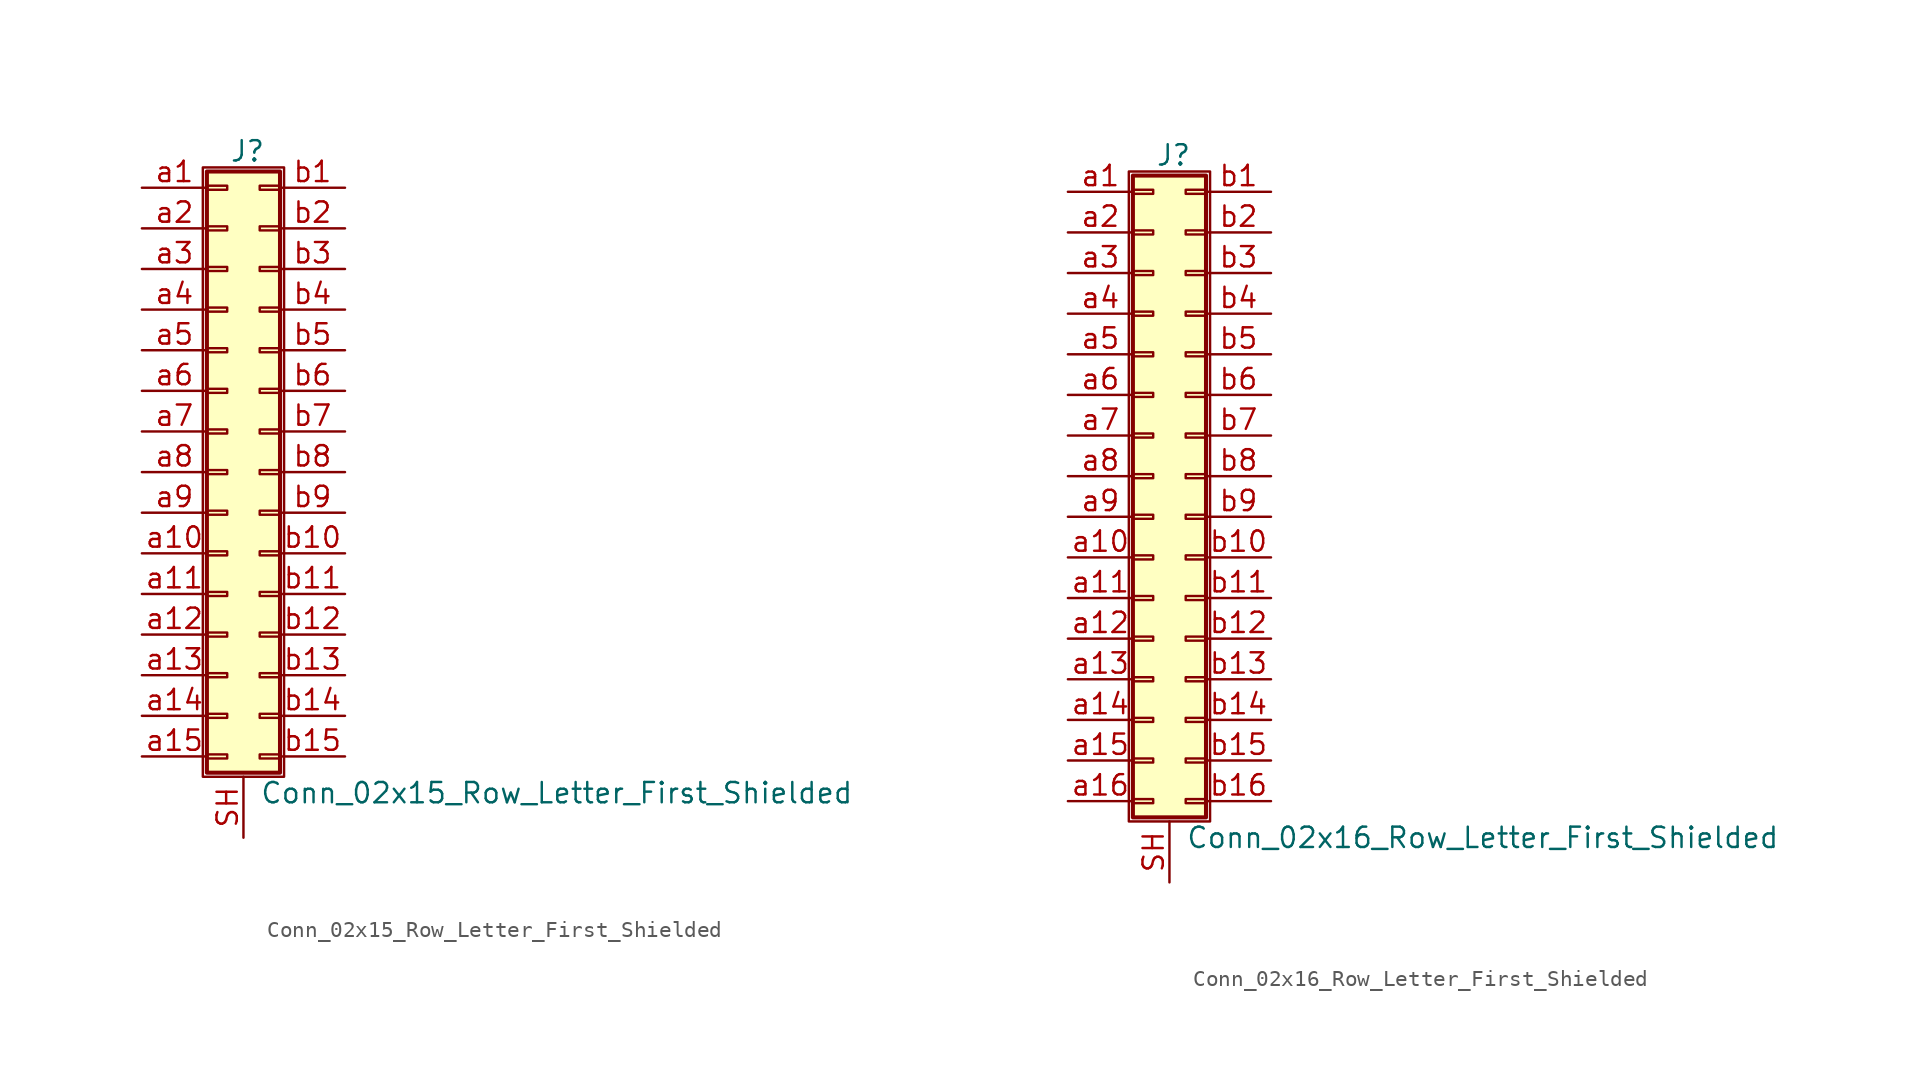
<source format=kicad_sym>
(kicad_symbol_lib
  (version 20220914)
  (generator kicad_symbol_editor)
  (symbol "Conn_02x15_Row_Letter_First_Shielded"
    (pin_names
      (offset 1.016) hide)
    (property "Reference" "J"
      (at 1.524 20.066 0)
      (effects (font (size 1.27 1.27))))
    (property "Value" "Conn_02x15_Row_Letter_First_Shielded"
      (at 2.286 -20.066 0)
      (effects (font (size 1.27 1.27)) (justify left)))
    (symbol "Conn_02x15_Row_Letter_First_Shielded_1_1"
      (rectangle (start -1.27 19.05) (end 3.81 -19.05) (stroke (width 0.152) (type default)) (fill (type none)))
      (rectangle (start -1.016 -17.653) (end 0.254 -17.907) (stroke (width 0.152) (type default)) (fill (type none)))
      (rectangle (start -1.016 -15.113) (end 0.254 -15.367) (stroke (width 0.152) (type default)) (fill (type none)))
      (rectangle (start -1.016 -12.573) (end 0.254 -12.827) (stroke (width 0.152) (type default)) (fill (type none)))
      (rectangle (start -1.016 -10.033) (end 0.254 -10.287) (stroke (width 0.152) (type default)) (fill (type none)))
      (rectangle (start -1.016 -7.493) (end 0.254 -7.747) (stroke (width 0.152) (type default)) (fill (type none)))
      (rectangle (start -1.016 -4.953) (end 0.254 -5.207) (stroke (width 0.152) (type default)) (fill (type none)))
      (rectangle (start -1.016 -2.413) (end 0.254 -2.667) (stroke (width 0.152) (type default)) (fill (type none)))
      (rectangle (start -1.016 0.127) (end 0.254 -0.127) (stroke (width 0.152) (type default)) (fill (type none)))
      (rectangle (start -1.016 2.667) (end 0.254 2.413) (stroke (width 0.152) (type default)) (fill (type none)))
      (rectangle (start -1.016 5.207) (end 0.254 4.953) (stroke (width 0.152) (type default)) (fill (type none)))
      (rectangle (start -1.016 7.747) (end 0.254 7.493) (stroke (width 0.152) (type default)) (fill (type none)))
      (rectangle (start -1.016 10.287) (end 0.254 10.033) (stroke (width 0.152) (type default)) (fill (type none)))
      (rectangle (start -1.016 12.827) (end 0.254 12.573) (stroke (width 0.152) (type default)) (fill (type none)))
      (rectangle (start -1.016 15.367) (end 0.254 15.113) (stroke (width 0.152) (type default)) (fill (type none)))
      (rectangle (start -1.016 17.907) (end 0.254 17.653) (stroke (width 0.152) (type default)) (fill (type none)))
      (rectangle (start -1.016 18.796) (end 3.556 -18.796) (stroke (width 0.254) (type default)) (fill (type background)))
      (rectangle (start 3.556 -17.653) (end 2.286 -17.907) (stroke (width 0.152) (type default)) (fill (type none)))
      (rectangle (start 3.556 -15.113) (end 2.286 -15.367) (stroke (width 0.152) (type default)) (fill (type none)))
      (rectangle (start 3.556 -12.573) (end 2.286 -12.827) (stroke (width 0.152) (type default)) (fill (type none)))
      (rectangle (start 3.556 -10.033) (end 2.286 -10.287) (stroke (width 0.152) (type default)) (fill (type none)))
      (rectangle (start 3.556 -7.493) (end 2.286 -7.747) (stroke (width 0.152) (type default)) (fill (type none)))
      (rectangle (start 3.556 -4.953) (end 2.286 -5.207) (stroke (width 0.152) (type default)) (fill (type none)))
      (rectangle (start 3.556 -2.413) (end 2.286 -2.667) (stroke (width 0.152) (type default)) (fill (type none)))
      (rectangle (start 3.556 0.127) (end 2.286 -0.127) (stroke (width 0.152) (type default)) (fill (type none)))
      (rectangle (start 3.556 2.667) (end 2.286 2.413) (stroke (width 0.152) (type default)) (fill (type none)))
      (rectangle (start 3.556 5.207) (end 2.286 4.953) (stroke (width 0.152) (type default)) (fill (type none)))
      (rectangle (start 3.556 7.747) (end 2.286 7.493) (stroke (width 0.152) (type default)) (fill (type none)))
      (rectangle (start 3.556 10.287) (end 2.286 10.033) (stroke (width 0.152) (type default)) (fill (type none)))
      (rectangle (start 3.556 12.827) (end 2.286 12.573) (stroke (width 0.152) (type default)) (fill (type none)))
      (rectangle (start 3.556 15.367) (end 2.286 15.113) (stroke (width 0.152) (type default)) (fill (type none)))
      (rectangle (start 3.556 17.907) (end 2.286 17.653) (stroke (width 0.152) (type default)) (fill (type none)))
      (pin passive line (at 1.27 -22.86 90) (length 3.81) (name "Shield" (effects (font (size 1.27 1.27)))) (number "SH" (effects (font (size 1.27 1.27)))))
      (pin passive line (at -5.08 17.78 0) (length 4.064) (name "Pin_a1" (effects (font (size 1.27 1.27)))) (number "a1" (effects (font (size 1.27 1.27)))))
      (pin passive line (at -5.08 -5.08 0) (length 4.064) (name "Pin_a10" (effects (font (size 1.27 1.27)))) (number "a10" (effects (font (size 1.27 1.27)))))
      (pin passive line (at -5.08 -7.62 0) (length 4.064) (name "Pin_a11" (effects (font (size 1.27 1.27)))) (number "a11" (effects (font (size 1.27 1.27)))))
      (pin passive line (at -5.08 -10.16 0) (length 4.064) (name "Pin_a12" (effects (font (size 1.27 1.27)))) (number "a12" (effects (font (size 1.27 1.27)))))
      (pin passive line (at -5.08 -12.7 0) (length 4.064) (name "Pin_a13" (effects (font (size 1.27 1.27)))) (number "a13" (effects (font (size 1.27 1.27)))))
      (pin passive line (at -5.08 -15.24 0) (length 4.064) (name "Pin_a14" (effects (font (size 1.27 1.27)))) (number "a14" (effects (font (size 1.27 1.27)))))
      (pin passive line (at -5.08 -17.78 0) (length 4.064) (name "Pin_a15" (effects (font (size 1.27 1.27)))) (number "a15" (effects (font (size 1.27 1.27)))))
      (pin passive line (at -5.08 15.24 0) (length 4.064) (name "Pin_a2" (effects (font (size 1.27 1.27)))) (number "a2" (effects (font (size 1.27 1.27)))))
      (pin passive line (at -5.08 12.7 0) (length 4.064) (name "Pin_a3" (effects (font (size 1.27 1.27)))) (number "a3" (effects (font (size 1.27 1.27)))))
      (pin passive line (at -5.08 10.16 0) (length 4.064) (name "Pin_a4" (effects (font (size 1.27 1.27)))) (number "a4" (effects (font (size 1.27 1.27)))))
      (pin passive line (at -5.08 7.62 0) (length 4.064) (name "Pin_a5" (effects (font (size 1.27 1.27)))) (number "a5" (effects (font (size 1.27 1.27)))))
      (pin passive line (at -5.08 5.08 0) (length 4.064) (name "Pin_a6" (effects (font (size 1.27 1.27)))) (number "a6" (effects (font (size 1.27 1.27)))))
      (pin passive line (at -5.08 2.54 0) (length 4.064) (name "Pin_a7" (effects (font (size 1.27 1.27)))) (number "a7" (effects (font (size 1.27 1.27)))))
      (pin passive line (at -5.08 0 0) (length 4.064) (name "Pin_a8" (effects (font (size 1.27 1.27)))) (number "a8" (effects (font (size 1.27 1.27)))))
      (pin passive line (at -5.08 -2.54 0) (length 4.064) (name "Pin_a9" (effects (font (size 1.27 1.27)))) (number "a9" (effects (font (size 1.27 1.27)))))
      (pin passive line (at 7.62 17.78 180) (length 4.064) (name "Pin_b1" (effects (font (size 1.27 1.27)))) (number "b1" (effects (font (size 1.27 1.27)))))
      (pin passive line (at 7.62 -5.08 180) (length 4.064) (name "Pin_b10" (effects (font (size 1.27 1.27)))) (number "b10" (effects (font (size 1.27 1.27)))))
      (pin passive line (at 7.62 -7.62 180) (length 4.064) (name "Pin_b11" (effects (font (size 1.27 1.27)))) (number "b11" (effects (font (size 1.27 1.27)))))
      (pin passive line (at 7.62 -10.16 180) (length 4.064) (name "Pin_b12" (effects (font (size 1.27 1.27)))) (number "b12" (effects (font (size 1.27 1.27)))))
      (pin passive line (at 7.62 -12.7 180) (length 4.064) (name "Pin_b13" (effects (font (size 1.27 1.27)))) (number "b13" (effects (font (size 1.27 1.27)))))
      (pin passive line (at 7.62 -15.24 180) (length 4.064) (name "Pin_b14" (effects (font (size 1.27 1.27)))) (number "b14" (effects (font (size 1.27 1.27)))))
      (pin passive line (at 7.62 -17.78 180) (length 4.064) (name "Pin_b15" (effects (font (size 1.27 1.27)))) (number "b15" (effects (font (size 1.27 1.27)))))
      (pin passive line (at 7.62 15.24 180) (length 4.064) (name "Pin_b2" (effects (font (size 1.27 1.27)))) (number "b2" (effects (font (size 1.27 1.27)))))
      (pin passive line (at 7.62 12.7 180) (length 4.064) (name "Pin_b3" (effects (font (size 1.27 1.27)))) (number "b3" (effects (font (size 1.27 1.27)))))
      (pin passive line (at 7.62 10.16 180) (length 4.064) (name "Pin_b4" (effects (font (size 1.27 1.27)))) (number "b4" (effects (font (size 1.27 1.27)))))
      (pin passive line (at 7.62 7.62 180) (length 4.064) (name "Pin_b5" (effects (font (size 1.27 1.27)))) (number "b5" (effects (font (size 1.27 1.27)))))
      (pin passive line (at 7.62 5.08 180) (length 4.064) (name "Pin_b6" (effects (font (size 1.27 1.27)))) (number "b6" (effects (font (size 1.27 1.27)))))
      (pin passive line (at 7.62 2.54 180) (length 4.064) (name "Pin_b7" (effects (font (size 1.27 1.27)))) (number "b7" (effects (font (size 1.27 1.27)))))
      (pin passive line (at 7.62 0 180) (length 4.064) (name "Pin_b8" (effects (font (size 1.27 1.27)))) (number "b8" (effects (font (size 1.27 1.27)))))
      (pin passive line (at 7.62 -2.54 180) (length 4.064) (name "Pin_b9" (effects (font (size 1.27 1.27)))) (number "b9" (effects (font (size 1.27 1.27)))))))
  (symbol "Conn_02x16_Row_Letter_First_Shielded"
    (pin_names
      (offset 1.016) hide)
    (property "Reference" "J"
      (at 1.524 20.066 0)
      (effects (font (size 1.27 1.27))))
    (property "Value" "Conn_02x16_Row_Letter_First_Shielded"
      (at 2.286 -22.606 0)
      (effects (font (size 1.27 1.27)) (justify left)))
    (symbol "Conn_02x16_Row_Letter_First_Shielded_1_1"
      (rectangle (start -1.27 19.05) (end 3.81 -21.59) (stroke (width 0.152) (type default)) (fill (type none)))
      (rectangle (start -1.016 -20.193) (end 0.254 -20.447) (stroke (width 0.152) (type default)) (fill (type none)))
      (rectangle (start -1.016 -17.653) (end 0.254 -17.907) (stroke (width 0.152) (type default)) (fill (type none)))
      (rectangle (start -1.016 -15.113) (end 0.254 -15.367) (stroke (width 0.152) (type default)) (fill (type none)))
      (rectangle (start -1.016 -12.573) (end 0.254 -12.827) (stroke (width 0.152) (type default)) (fill (type none)))
      (rectangle (start -1.016 -10.033) (end 0.254 -10.287) (stroke (width 0.152) (type default)) (fill (type none)))
      (rectangle (start -1.016 -7.493) (end 0.254 -7.747) (stroke (width 0.152) (type default)) (fill (type none)))
      (rectangle (start -1.016 -4.953) (end 0.254 -5.207) (stroke (width 0.152) (type default)) (fill (type none)))
      (rectangle (start -1.016 -2.413) (end 0.254 -2.667) (stroke (width 0.152) (type default)) (fill (type none)))
      (rectangle (start -1.016 0.127) (end 0.254 -0.127) (stroke (width 0.152) (type default)) (fill (type none)))
      (rectangle (start -1.016 2.667) (end 0.254 2.413) (stroke (width 0.152) (type default)) (fill (type none)))
      (rectangle (start -1.016 5.207) (end 0.254 4.953) (stroke (width 0.152) (type default)) (fill (type none)))
      (rectangle (start -1.016 7.747) (end 0.254 7.493) (stroke (width 0.152) (type default)) (fill (type none)))
      (rectangle (start -1.016 10.287) (end 0.254 10.033) (stroke (width 0.152) (type default)) (fill (type none)))
      (rectangle (start -1.016 12.827) (end 0.254 12.573) (stroke (width 0.152) (type default)) (fill (type none)))
      (rectangle (start -1.016 15.367) (end 0.254 15.113) (stroke (width 0.152) (type default)) (fill (type none)))
      (rectangle (start -1.016 17.907) (end 0.254 17.653) (stroke (width 0.152) (type default)) (fill (type none)))
      (rectangle (start -1.016 18.796) (end 3.556 -21.336) (stroke (width 0.254) (type default)) (fill (type background)))
      (rectangle (start 3.556 -20.193) (end 2.286 -20.447) (stroke (width 0.152) (type default)) (fill (type none)))
      (rectangle (start 3.556 -17.653) (end 2.286 -17.907) (stroke (width 0.152) (type default)) (fill (type none)))
      (rectangle (start 3.556 -15.113) (end 2.286 -15.367) (stroke (width 0.152) (type default)) (fill (type none)))
      (rectangle (start 3.556 -12.573) (end 2.286 -12.827) (stroke (width 0.152) (type default)) (fill (type none)))
      (rectangle (start 3.556 -10.033) (end 2.286 -10.287) (stroke (width 0.152) (type default)) (fill (type none)))
      (rectangle (start 3.556 -7.493) (end 2.286 -7.747) (stroke (width 0.152) (type default)) (fill (type none)))
      (rectangle (start 3.556 -4.953) (end 2.286 -5.207) (stroke (width 0.152) (type default)) (fill (type none)))
      (rectangle (start 3.556 -2.413) (end 2.286 -2.667) (stroke (width 0.152) (type default)) (fill (type none)))
      (rectangle (start 3.556 0.127) (end 2.286 -0.127) (stroke (width 0.152) (type default)) (fill (type none)))
      (rectangle (start 3.556 2.667) (end 2.286 2.413) (stroke (width 0.152) (type default)) (fill (type none)))
      (rectangle (start 3.556 5.207) (end 2.286 4.953) (stroke (width 0.152) (type default)) (fill (type none)))
      (rectangle (start 3.556 7.747) (end 2.286 7.493) (stroke (width 0.152) (type default)) (fill (type none)))
      (rectangle (start 3.556 10.287) (end 2.286 10.033) (stroke (width 0.152) (type default)) (fill (type none)))
      (rectangle (start 3.556 12.827) (end 2.286 12.573) (stroke (width 0.152) (type default)) (fill (type none)))
      (rectangle (start 3.556 15.367) (end 2.286 15.113) (stroke (width 0.152) (type default)) (fill (type none)))
      (rectangle (start 3.556 17.907) (end 2.286 17.653) (stroke (width 0.152) (type default)) (fill (type none)))
      (pin passive line (at 1.27 -25.4 90) (length 3.81) (name "Shield" (effects (font (size 1.27 1.27)))) (number "SH" (effects (font (size 1.27 1.27)))))
      (pin passive line (at -5.08 17.78 0) (length 4.064) (name "Pin_a1" (effects (font (size 1.27 1.27)))) (number "a1" (effects (font (size 1.27 1.27)))))
      (pin passive line (at -5.08 -5.08 0) (length 4.064) (name "Pin_a10" (effects (font (size 1.27 1.27)))) (number "a10" (effects (font (size 1.27 1.27)))))
      (pin passive line (at -5.08 -7.62 0) (length 4.064) (name "Pin_a11" (effects (font (size 1.27 1.27)))) (number "a11" (effects (font (size 1.27 1.27)))))
      (pin passive line (at -5.08 -10.16 0) (length 4.064) (name "Pin_a12" (effects (font (size 1.27 1.27)))) (number "a12" (effects (font (size 1.27 1.27)))))
      (pin passive line (at -5.08 -12.7 0) (length 4.064) (name "Pin_a13" (effects (font (size 1.27 1.27)))) (number "a13" (effects (font (size 1.27 1.27)))))
      (pin passive line (at -5.08 -15.24 0) (length 4.064) (name "Pin_a14" (effects (font (size 1.27 1.27)))) (number "a14" (effects (font (size 1.27 1.27)))))
      (pin passive line (at -5.08 -17.78 0) (length 4.064) (name "Pin_a15" (effects (font (size 1.27 1.27)))) (number "a15" (effects (font (size 1.27 1.27)))))
      (pin passive line (at -5.08 -20.32 0) (length 4.064) (name "Pin_a16" (effects (font (size 1.27 1.27)))) (number "a16" (effects (font (size 1.27 1.27)))))
      (pin passive line (at -5.08 15.24 0) (length 4.064) (name "Pin_a2" (effects (font (size 1.27 1.27)))) (number "a2" (effects (font (size 1.27 1.27)))))
      (pin passive line (at -5.08 12.7 0) (length 4.064) (name "Pin_a3" (effects (font (size 1.27 1.27)))) (number "a3" (effects (font (size 1.27 1.27)))))
      (pin passive line (at -5.08 10.16 0) (length 4.064) (name "Pin_a4" (effects (font (size 1.27 1.27)))) (number "a4" (effects (font (size 1.27 1.27)))))
      (pin passive line (at -5.08 7.62 0) (length 4.064) (name "Pin_a5" (effects (font (size 1.27 1.27)))) (number "a5" (effects (font (size 1.27 1.27)))))
      (pin passive line (at -5.08 5.08 0) (length 4.064) (name "Pin_a6" (effects (font (size 1.27 1.27)))) (number "a6" (effects (font (size 1.27 1.27)))))
      (pin passive line (at -5.08 2.54 0) (length 4.064) (name "Pin_a7" (effects (font (size 1.27 1.27)))) (number "a7" (effects (font (size 1.27 1.27)))))
      (pin passive line (at -5.08 0 0) (length 4.064) (name "Pin_a8" (effects (font (size 1.27 1.27)))) (number "a8" (effects (font (size 1.27 1.27)))))
      (pin passive line (at -5.08 -2.54 0) (length 4.064) (name "Pin_a9" (effects (font (size 1.27 1.27)))) (number "a9" (effects (font (size 1.27 1.27)))))
      (pin passive line (at 7.62 17.78 180) (length 4.064) (name "Pin_b1" (effects (font (size 1.27 1.27)))) (number "b1" (effects (font (size 1.27 1.27)))))
      (pin passive line (at 7.62 -5.08 180) (length 4.064) (name "Pin_b10" (effects (font (size 1.27 1.27)))) (number "b10" (effects (font (size 1.27 1.27)))))
      (pin passive line (at 7.62 -7.62 180) (length 4.064) (name "Pin_b11" (effects (font (size 1.27 1.27)))) (number "b11" (effects (font (size 1.27 1.27)))))
      (pin passive line (at 7.62 -10.16 180) (length 4.064) (name "Pin_b12" (effects (font (size 1.27 1.27)))) (number "b12" (effects (font (size 1.27 1.27)))))
      (pin passive line (at 7.62 -12.7 180) (length 4.064) (name "Pin_b13" (effects (font (size 1.27 1.27)))) (number "b13" (effects (font (size 1.27 1.27)))))
      (pin passive line (at 7.62 -15.24 180) (length 4.064) (name "Pin_b14" (effects (font (size 1.27 1.27)))) (number "b14" (effects (font (size 1.27 1.27)))))
      (pin passive line (at 7.62 -17.78 180) (length 4.064) (name "Pin_b15" (effects (font (size 1.27 1.27)))) (number "b15" (effects (font (size 1.27 1.27)))))
      (pin passive line (at 7.62 -20.32 180) (length 4.064) (name "Pin_b16" (effects (font (size 1.27 1.27)))) (number "b16" (effects (font (size 1.27 1.27)))))
      (pin passive line (at 7.62 15.24 180) (length 4.064) (name "Pin_b2" (effects (font (size 1.27 1.27)))) (number "b2" (effects (font (size 1.27 1.27)))))
      (pin passive line (at 7.62 12.7 180) (length 4.064) (name "Pin_b3" (effects (font (size 1.27 1.27)))) (number "b3" (effects (font (size 1.27 1.27)))))
      (pin passive line (at 7.62 10.16 180) (length 4.064) (name "Pin_b4" (effects (font (size 1.27 1.27)))) (number "b4" (effects (font (size 1.27 1.27)))))
      (pin passive line (at 7.62 7.62 180) (length 4.064) (name "Pin_b5" (effects (font (size 1.27 1.27)))) (number "b5" (effects (font (size 1.27 1.27)))))
      (pin passive line (at 7.62 5.08 180) (length 4.064) (name "Pin_b6" (effects (font (size 1.27 1.27)))) (number "b6" (effects (font (size 1.27 1.27)))))
      (pin passive line (at 7.62 2.54 180) (length 4.064) (name "Pin_b7" (effects (font (size 1.27 1.27)))) (number "b7" (effects (font (size 1.27 1.27)))))
      (pin passive line (at 7.62 0 180) (length 4.064) (name "Pin_b8" (effects (font (size 1.27 1.27)))) (number "b8" (effects (font (size 1.27 1.27)))))
      (pin passive line (at 7.62 -2.54 180) (length 4.064) (name "Pin_b9" (effects (font (size 1.27 1.27)))) (number "b9" (effects (font (size 1.27 1.27))))))))
</source>
